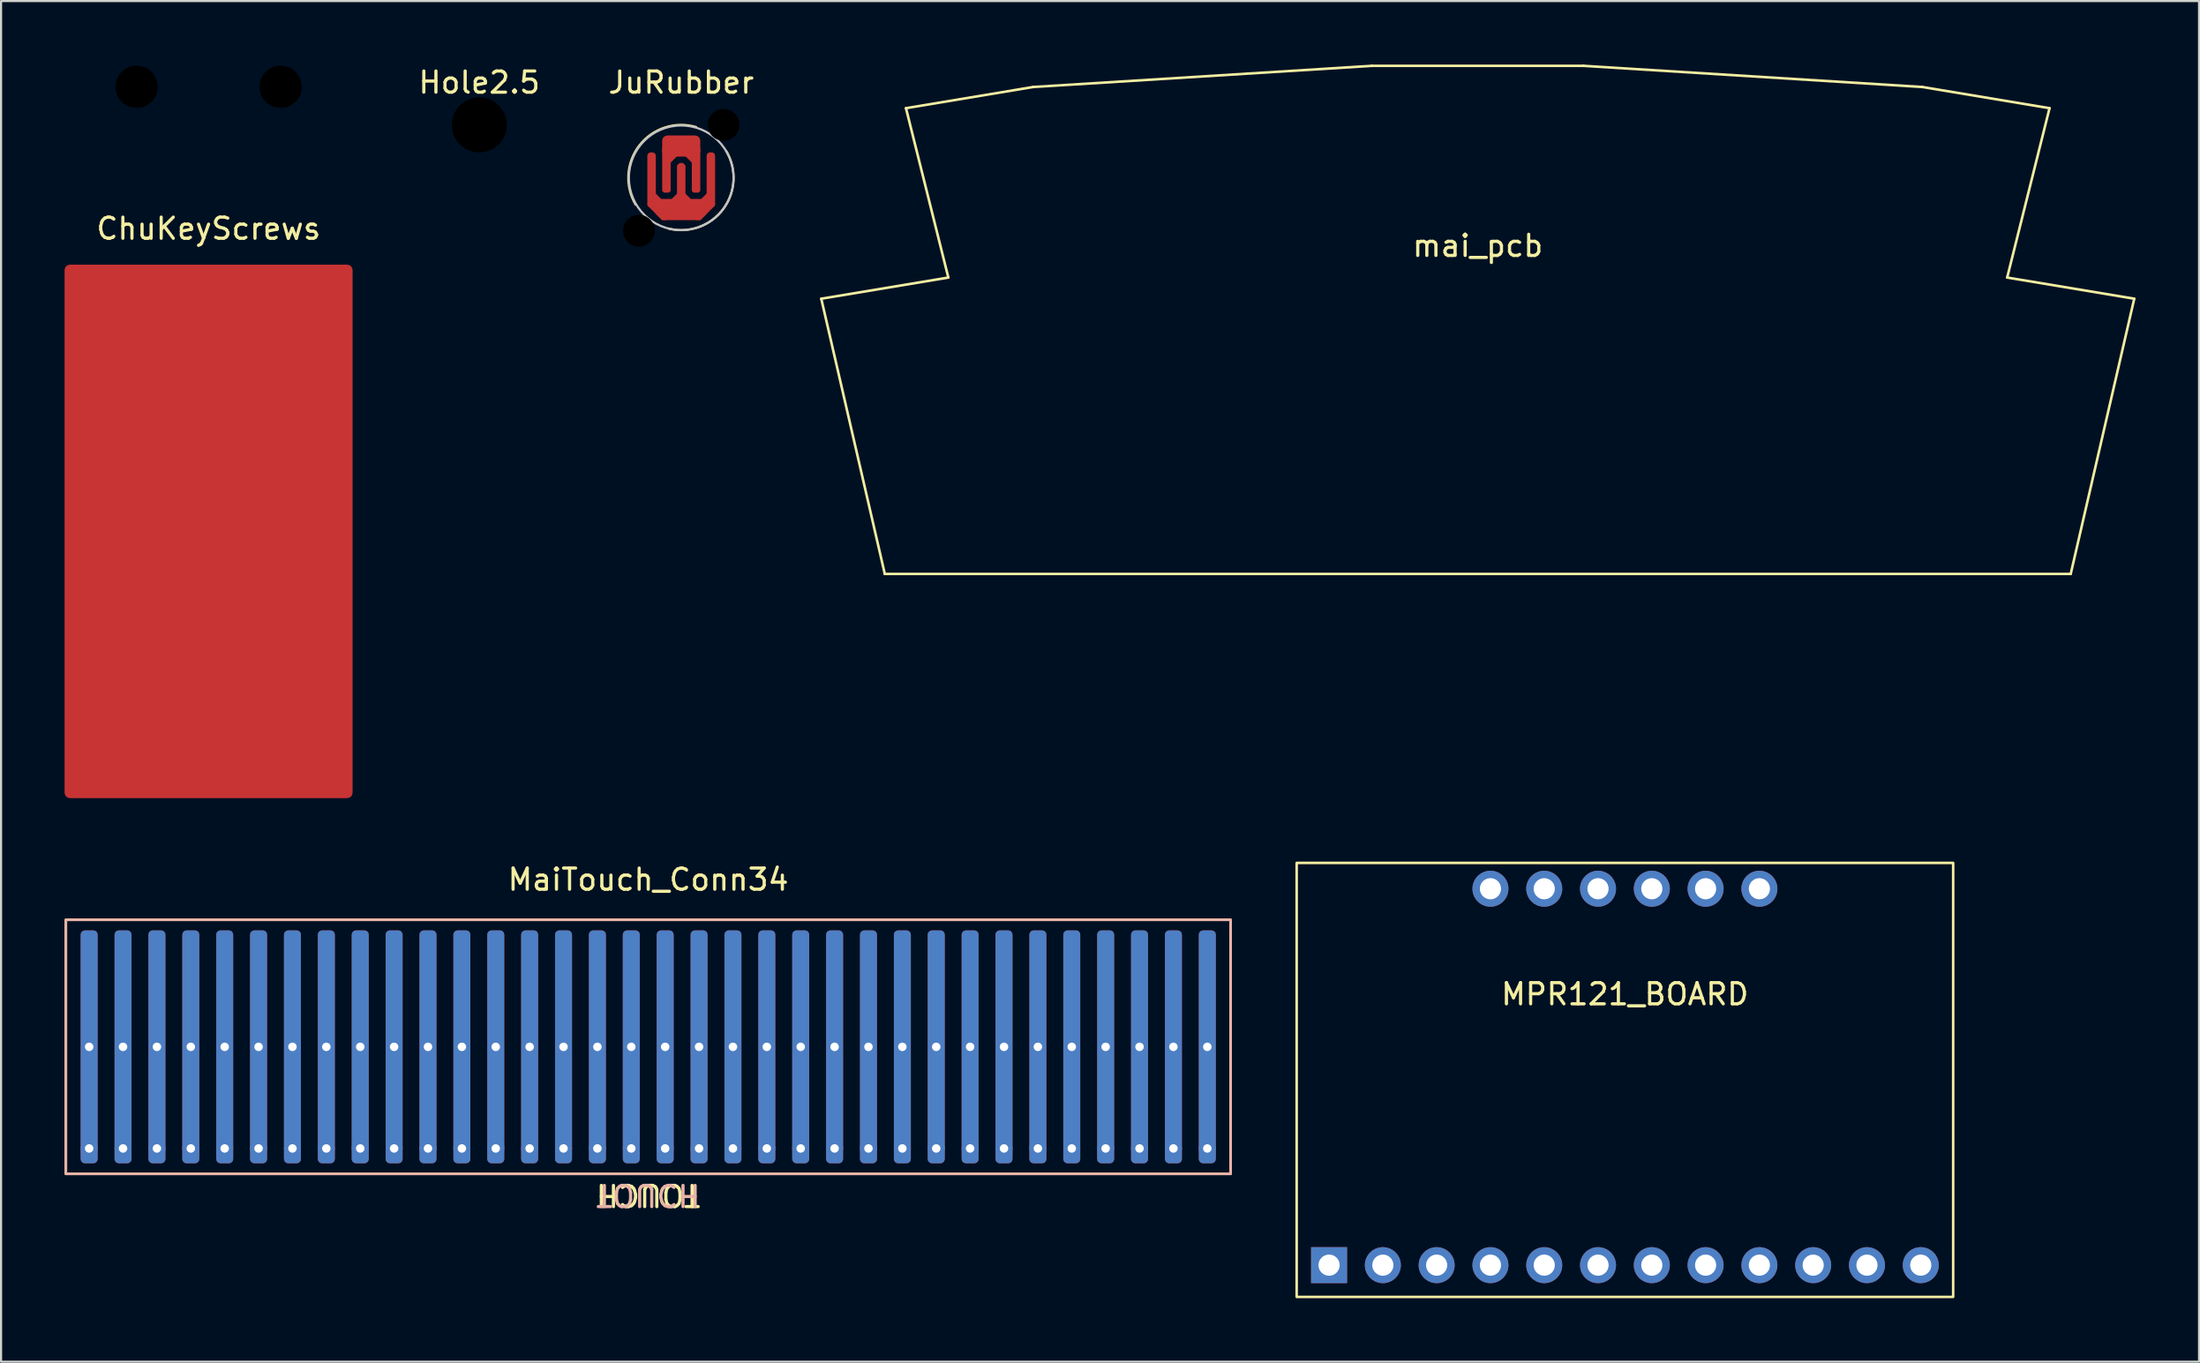
<source format=kicad_pcb>
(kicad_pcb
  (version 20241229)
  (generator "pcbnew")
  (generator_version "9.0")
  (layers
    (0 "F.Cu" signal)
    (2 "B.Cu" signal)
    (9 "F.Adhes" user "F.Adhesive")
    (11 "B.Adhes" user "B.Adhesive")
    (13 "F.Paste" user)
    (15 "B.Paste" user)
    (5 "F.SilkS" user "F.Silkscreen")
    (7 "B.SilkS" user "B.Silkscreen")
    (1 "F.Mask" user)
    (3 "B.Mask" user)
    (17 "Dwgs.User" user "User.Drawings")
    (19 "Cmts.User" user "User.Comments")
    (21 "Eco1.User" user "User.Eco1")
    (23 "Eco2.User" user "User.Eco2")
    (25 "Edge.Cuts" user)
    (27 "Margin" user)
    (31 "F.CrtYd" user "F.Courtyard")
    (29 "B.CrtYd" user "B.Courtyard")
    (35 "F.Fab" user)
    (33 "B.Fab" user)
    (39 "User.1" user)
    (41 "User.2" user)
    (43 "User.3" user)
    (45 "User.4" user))
  (footprint "MaiTouch_Conn34"
    (layer "F.Cu")
    (at 27.56 46.398)
    (property "Reference" "MaiTouch_Conn34" (at 0 -7.9 0) (unlocked yes) (layer "F.SilkS") (effects (font (size 1 1) (thickness 0.15))))
    (attr smd)
    (fp_rect (start -27.5 -6) (end 27.5 6) (stroke (width 0.12) (type solid)) (fill no) (layer "F.SilkS"))
    (fp_rect (start -27.5 -6) (end 27.5 6) (stroke (width 0.12) (type solid)) (fill no) (layer "B.SilkS"))
    (fp_text user "TOUCH" (at 0 7 180) (unlocked yes) (layer "F.SilkS") (effects (font (size 1 1) (thickness 0.15))))
    (fp_text user "TOUCH" (at 0 7 180) (unlocked yes) (layer "B.SilkS") (effects (font (size 1 1) (thickness 0.15)) (justify mirror)))
    (pad "1" thru_hole roundrect (at -26.4 0) (size 0.8 11) (drill 0.4) (layers "*.Cu" "*.Mask") (roundrect_rratio 0.25))
    (pad "1" thru_hole circle (at -26.4 4.8) (size 0.8 0.8) (drill 0.4) (layers "*.Cu" "*.Mask"))
    (pad "2" thru_hole roundrect (at -24.8 0) (size 0.8 11) (drill 0.4) (layers "*.Cu" "*.Mask") (roundrect_rratio 0.25))
    (pad "2" thru_hole circle (at -24.8 4.8) (size 0.8 0.8) (drill 0.4) (layers "*.Cu" "*.Mask"))
    (pad "3" thru_hole roundrect (at -23.2 0) (size 0.8 11) (drill 0.4) (layers "*.Cu" "*.Mask") (roundrect_rratio 0.25))
    (pad "3" thru_hole circle (at -23.2 4.8) (size 0.8 0.8) (drill 0.4) (layers "*.Cu" "*.Mask"))
    (pad "4" thru_hole roundrect (at -21.6 0) (size 0.8 11) (drill 0.4) (layers "*.Cu" "*.Mask") (roundrect_rratio 0.25))
    (pad "4" thru_hole circle (at -21.6 4.8) (size 0.8 0.8) (drill 0.4) (layers "*.Cu" "*.Mask"))
    (pad "5" thru_hole roundrect (at -20 0) (size 0.8 11) (drill 0.4) (layers "*.Cu" "*.Mask") (roundrect_rratio 0.25))
    (pad "5" thru_hole circle (at -20 4.8) (size 0.8 0.8) (drill 0.4) (layers "*.Cu" "*.Mask"))
    (pad "6" thru_hole roundrect (at -18.4 0) (size 0.8 11) (drill 0.4) (layers "*.Cu" "*.Mask") (roundrect_rratio 0.25))
    (pad "6" thru_hole circle (at -18.4 4.8) (size 0.8 0.8) (drill 0.4) (layers "*.Cu" "*.Mask"))
    (pad "7" thru_hole roundrect (at -16.8 0) (size 0.8 11) (drill 0.4) (layers "*.Cu" "*.Mask") (roundrect_rratio 0.25))
    (pad "7" thru_hole circle (at -16.8 4.8) (size 0.8 0.8) (drill 0.4) (layers "*.Cu" "*.Mask"))
    (pad "8" thru_hole roundrect (at -15.2 0) (size 0.8 11) (drill 0.4) (layers "*.Cu" "*.Mask") (roundrect_rratio 0.25))
    (pad "8" thru_hole circle (at -15.2 4.8) (size 0.8 0.8) (drill 0.4) (layers "*.Cu" "*.Mask"))
    (pad "9" thru_hole roundrect (at -13.6 0) (size 0.8 11) (drill 0.4) (layers "*.Cu" "*.Mask") (roundrect_rratio 0.25))
    (pad "9" thru_hole circle (at -13.6 4.8) (size 0.8 0.8) (drill 0.4) (layers "*.Cu" "*.Mask"))
    (pad "10" thru_hole roundrect (at -12 0) (size 0.8 11) (drill 0.4) (layers "*.Cu" "*.Mask") (roundrect_rratio 0.25))
    (pad "10" thru_hole circle (at -12 4.8) (size 0.8 0.8) (drill 0.4) (layers "*.Cu" "*.Mask"))
    (pad "11" thru_hole roundrect (at -10.4 0) (size 0.8 11) (drill 0.4) (layers "*.Cu" "*.Mask") (roundrect_rratio 0.25))
    (pad "11" thru_hole circle (at -10.4 4.8) (size 0.8 0.8) (drill 0.4) (layers "*.Cu" "*.Mask"))
    (pad "12" thru_hole roundrect (at -8.8 0) (size 0.8 11) (drill 0.4) (layers "*.Cu" "*.Mask") (roundrect_rratio 0.25))
    (pad "12" thru_hole circle (at -8.8 4.8) (size 0.8 0.8) (drill 0.4) (layers "*.Cu" "*.Mask"))
    (pad "13" thru_hole roundrect (at -7.2 0) (size 0.8 11) (drill 0.4) (layers "*.Cu" "*.Mask") (roundrect_rratio 0.25))
    (pad "13" thru_hole circle (at -7.2 4.8) (size 0.8 0.8) (drill 0.4) (layers "*.Cu" "*.Mask"))
    (pad "14" thru_hole roundrect (at -5.6 0) (size 0.8 11) (drill 0.4) (layers "*.Cu" "*.Mask") (roundrect_rratio 0.25))
    (pad "14" thru_hole circle (at -5.6 4.8) (size 0.8 0.8) (drill 0.4) (layers "*.Cu" "*.Mask"))
    (pad "15" thru_hole roundrect (at -4 0) (size 0.8 11) (drill 0.4) (layers "*.Cu" "*.Mask") (roundrect_rratio 0.25))
    (pad "15" thru_hole circle (at -4 4.8) (size 0.8 0.8) (drill 0.4) (layers "*.Cu" "*.Mask"))
    (pad "16" thru_hole roundrect (at -2.4 0) (size 0.8 11) (drill 0.4) (layers "*.Cu" "*.Mask") (roundrect_rratio 0.25))
    (pad "16" thru_hole circle (at -2.4 4.8) (size 0.8 0.8) (drill 0.4) (layers "*.Cu" "*.Mask"))
    (pad "17" thru_hole roundrect (at -0.8 0) (size 0.8 11) (drill 0.4) (layers "*.Cu" "*.Mask") (roundrect_rratio 0.25))
    (pad "17" thru_hole circle (at -0.8 4.8) (size 0.8 0.8) (drill 0.4) (layers "*.Cu" "*.Mask"))
    (pad "18" thru_hole roundrect (at 0.8 0) (size 0.8 11) (drill 0.4) (layers "*.Cu" "*.Mask") (roundrect_rratio 0.25))
    (pad "18" thru_hole circle (at 0.8 4.8) (size 0.8 0.8) (drill 0.4) (layers "*.Cu" "*.Mask"))
    (pad "19" thru_hole roundrect (at 2.4 0) (size 0.8 11) (drill 0.4) (layers "*.Cu" "*.Mask") (roundrect_rratio 0.25))
    (pad "19" thru_hole circle (at 2.4 4.8) (size 0.8 0.8) (drill 0.4) (layers "*.Cu" "*.Mask"))
    (pad "20" thru_hole roundrect (at 4 0) (size 0.8 11) (drill 0.4) (layers "*.Cu" "*.Mask") (roundrect_rratio 0.25))
    (pad "20" thru_hole circle (at 4 4.8) (size 0.8 0.8) (drill 0.4) (layers "*.Cu" "*.Mask"))
    (pad "21" thru_hole roundrect (at 5.6 0) (size 0.8 11) (drill 0.4) (layers "*.Cu" "*.Mask") (roundrect_rratio 0.25))
    (pad "21" thru_hole circle (at 5.6 4.8) (size 0.8 0.8) (drill 0.4) (layers "*.Cu" "*.Mask"))
    (pad "22" thru_hole roundrect (at 7.2 0) (size 0.8 11) (drill 0.4) (layers "*.Cu" "*.Mask") (roundrect_rratio 0.25))
    (pad "22" thru_hole circle (at 7.2 4.8) (size 0.8 0.8) (drill 0.4) (layers "*.Cu" "*.Mask"))
    (pad "23" thru_hole roundrect (at 8.8 0) (size 0.8 11) (drill 0.4) (layers "*.Cu" "*.Mask") (roundrect_rratio 0.25))
    (pad "23" thru_hole circle (at 8.8 4.8) (size 0.8 0.8) (drill 0.4) (layers "*.Cu" "*.Mask"))
    (pad "24" thru_hole roundrect (at 10.4 0) (size 0.8 11) (drill 0.4) (layers "*.Cu" "*.Mask") (roundrect_rratio 0.25))
    (pad "24" thru_hole circle (at 10.4 4.8) (size 0.8 0.8) (drill 0.4) (layers "*.Cu" "*.Mask"))
    (pad "25" thru_hole roundrect (at 12 0) (size 0.8 11) (drill 0.4) (layers "*.Cu" "*.Mask") (roundrect_rratio 0.25))
    (pad "25" thru_hole circle (at 12 4.8) (size 0.8 0.8) (drill 0.4) (layers "*.Cu" "*.Mask"))
    (pad "26" thru_hole roundrect (at 13.6 0) (size 0.8 11) (drill 0.4) (layers "*.Cu" "*.Mask") (roundrect_rratio 0.25))
    (pad "26" thru_hole circle (at 13.6 4.8) (size 0.8 0.8) (drill 0.4) (layers "*.Cu" "*.Mask"))
    (pad "27" thru_hole roundrect (at 15.2 0) (size 0.8 11) (drill 0.4) (layers "*.Cu" "*.Mask") (roundrect_rratio 0.25))
    (pad "27" thru_hole circle (at 15.2 4.8) (size 0.8 0.8) (drill 0.4) (layers "*.Cu" "*.Mask"))
    (pad "28" thru_hole roundrect (at 16.8 0) (size 0.8 11) (drill 0.4) (layers "*.Cu" "*.Mask") (roundrect_rratio 0.25))
    (pad "28" thru_hole circle (at 16.8 4.8) (size 0.8 0.8) (drill 0.4) (layers "*.Cu" "*.Mask"))
    (pad "29" thru_hole roundrect (at 18.4 0) (size 0.8 11) (drill 0.4) (layers "*.Cu" "*.Mask") (roundrect_rratio 0.25))
    (pad "29" thru_hole circle (at 18.4 4.8) (size 0.8 0.8) (drill 0.4) (layers "*.Cu" "*.Mask"))
    (pad "30" thru_hole roundrect (at 20 0) (size 0.8 11) (drill 0.4) (layers "*.Cu" "*.Mask") (roundrect_rratio 0.25))
    (pad "30" thru_hole circle (at 20 4.8) (size 0.8 0.8) (drill 0.4) (layers "*.Cu" "*.Mask"))
    (pad "31" thru_hole roundrect (at 21.6 0) (size 0.8 11) (drill 0.4) (layers "*.Cu" "*.Mask") (roundrect_rratio 0.25))
    (pad "31" thru_hole circle (at 21.6 4.8) (size 0.8 0.8) (drill 0.4) (layers "*.Cu" "*.Mask"))
    (pad "32" thru_hole roundrect (at 23.2 0) (size 0.8 11) (drill 0.4) (layers "*.Cu" "*.Mask") (roundrect_rratio 0.25))
    (pad "32" thru_hole circle (at 23.2 4.8) (size 0.8 0.8) (drill 0.4) (layers "*.Cu" "*.Mask"))
    (pad "33" thru_hole roundrect (at 24.8 0) (size 0.8 11) (drill 0.4) (layers "*.Cu" "*.Mask") (roundrect_rratio 0.25))
    (pad "33" thru_hole circle (at 24.8 4.8) (size 0.8 0.8) (drill 0.4) (layers "*.Cu" "*.Mask"))
    (pad "34" thru_hole roundrect (at 26.4 0) (size 0.8 11) (drill 0.4) (layers "*.Cu" "*.Mask") (roundrect_rratio 0.25))
    (pad "34" thru_hole circle (at 26.4 4.8) (size 0.8 0.8) (drill 0.4) (layers "*.Cu" "*.Mask")))
  (footprint "mai_pcb"
    (layer "F.Cu")
    (at 66.731 24.06)
    (property "Reference" "mai_pcb" (at 0 -15.5 0) (unlocked yes) (layer "F.SilkS") (effects (font (size 1 1) (thickness 0.15))))
    (attr smd)
    (fp_line (start -31 -13) (end -28 0) (stroke (width 0.12) (type solid)) (layer "F.SilkS"))
    (fp_line (start -28 0) (end 28 0) (stroke (width 0.12) (type solid)) (layer "F.SilkS"))
    (fp_line (start -27 -22) (end -25 -14) (stroke (width 0.12) (type solid)) (layer "F.SilkS"))
    (fp_line (start -25 -14) (end -31 -13) (stroke (width 0.12) (type solid)) (layer "F.SilkS"))
    (fp_line (start -21 -23) (end -27 -22) (stroke (width 0.12) (type solid)) (layer "F.SilkS"))
    (fp_line (start -5 -24) (end -21 -23) (stroke (width 0.12) (type solid)) (layer "F.SilkS"))
    (fp_line (start -5 -24) (end 5 -24) (stroke (width 0.12) (type solid)) (layer "F.SilkS"))
    (fp_line (start 5 -24) (end 21 -23) (stroke (width 0.12) (type solid)) (layer "F.SilkS"))
    (fp_line (start 21 -23) (end 27 -22) (stroke (width 0.12) (type solid)) (layer "F.SilkS"))
    (fp_line (start 25 -14) (end 31 -13) (stroke (width 0.12) (type solid)) (layer "F.SilkS"))
    (fp_line (start 27 -22) (end 25 -14) (stroke (width 0.12) (type solid)) (layer "F.SilkS"))
    (fp_line (start 31 -13) (end 28 0) (stroke (width 0.12) (type solid)) (layer "F.SilkS")))
  (footprint "Hole2.5"
    (layer "F.Cu")
    (at 19.582 2.848)
    (property "Reference" "Hole2.5" (at 0 -2 0) (unlocked yes) (layer "F.SilkS") (effects (font (size 1 1) (thickness 0.15))))
    (attr through_hole)
    (pad "" np_thru_hole circle (at 0 0) (size 2.6 2.6) (drill 2.6) (layers "*.Mask")))
  (footprint "JuRubber"
    (layer "F.Cu")
    (at 29.118 5.348)
    (property "Reference" "JuRubber" (at 0 -4.5 0) (layer "F.SilkS") (effects (font (size 1 1) (thickness 0.15))))
    (attr smd)
    (fp_circle (center 0 0) (end 1.6 0) (stroke (width 0.1) (type default)) (fill yes) (layer "F.Mask"))
    (fp_arc (start -2.152316 1.271823) (mid -1.974304 -1.533663) (end 0.7 -2.4) (stroke (width 0.1) (type default)) (layer "F.SilkS"))
    (fp_arc (start 2.129814 -1.258527) (mid 1.982747 1.479429) (end -0.6 2.4) (stroke (width 0.1) (type default)) (layer "F.SilkS"))
    (fp_circle (center 0 0) (end 2.47 0) (stroke (width 0.1) (type default)) (fill no) (layer "Dwgs.User"))
    (pad "" np_thru_hole circle (at -2 2.5) (size 1.5 1.5) (drill 1.6) (layers "*.Mask"))
    (pad "" np_thru_hole circle (at 2 -2.5) (size 1.5 1.5) (drill 1.6) (layers "*.Mask"))
    (pad "1" smd roundrect (at -0.7 -0.4 90) (size 2.2 0.4) (layers "F.Cu") (roundrect_rratio 0.417) (chamfer_ratio 0.2) (chamfer top_left bottom_left))
    (pad "1" smd roundrect (at -0.5 -1 45) (size 0.8 0.4) (layers "F.Cu") (roundrect_rratio 0) (chamfer_ratio 0.5) (chamfer top_left top_right))
    (pad "1" smd roundrect (at 0 -1.5 180) (size 1.8 1) (layers "F.Cu") (roundrect_rratio 0.25))
    (pad "1" smd roundrect (at 0.5 -1 315) (size 0.8 0.4) (layers "F.Cu") (roundrect_rratio 0) (chamfer_ratio 0.5) (chamfer top_left top_right))
    (pad "1" smd roundrect (at 0.7 -0.4 90) (size 2.2 0.4) (layers "F.Cu") (roundrect_rratio 0.417) (chamfer_ratio 0.2) (chamfer top_left bottom_left))
    (pad "2" smd roundrect (at -1.4 0.1 90) (size 2.6 0.4) (layers "F.Cu") (roundrect_rratio 0.4))
    (pad "2" smd roundrect (at -1.2 1.1 135) (size 0.9 0.5) (layers "F.Cu") (roundrect_rratio 0) (chamfer_ratio 0.5) (chamfer top_left top_right))
    (pad "2" smd roundrect (at -1.05 1.5 135) (size 1.2 0.5) (layers "F.Cu") (roundrect_rratio 0.25) (chamfer_ratio 0.3) (chamfer top_left))
    (pad "2" smd roundrect (at 0 0.15 90) (size 1.7 0.4) (layers "F.Cu") (roundrect_rratio 0.4) (chamfer_ratio 0.3) (chamfer top_right bottom_right))
    (pad "2" smd roundrect (at 0 1) (size 0.9 0.5) (layers "F.Cu") (roundrect_rratio 0) (chamfer_ratio 0.5) (chamfer top_left top_right))
    (pad "2" smd roundrect (at 0 1.5) (size 2.4 1) (layers "F.Cu") (roundrect_rratio 0) (chamfer_ratio 0.3) (chamfer bottom_left bottom_right))
    (pad "2" smd roundrect (at 1.05 1.5 45) (size 1.2 0.5) (layers "F.Cu") (roundrect_rratio 0.25) (chamfer_ratio 0.3) (chamfer bottom_left))
    (pad "2" smd roundrect (at 1.2 1.1 225) (size 0.9 0.5) (layers "F.Cu") (roundrect_rratio 0) (chamfer_ratio 0.5) (chamfer top_left top_right))
    (pad "2" smd roundrect (at 1.4 0.1 90) (size 2.6 0.4) (layers "F.Cu") (roundrect_rratio 0.4)))
  (footprint "ChuKeyScrews"
    (layer "F.Cu")
    (at 6.8 22.05)
    (property "Reference" "ChuKeyScrews" (at 0 -14.3 0) (unlocked yes) (layer "F.SilkS") (effects (font (size 1 1) (thickness 0.15))))
    (attr smd)
    (pad "" np_thru_hole oval (at -3.4 -21) (size 2 2) (drill 2.1) (layers "*.Mask"))
    (pad "" np_thru_hole oval (at 3.4 -21) (size 2 2) (drill 2.1) (layers "*.Mask"))
    (pad "1" smd roundrect (at 0 0) (size 13.6 25.2) (layers "F.Cu") (roundrect_rratio 0.019)))
  (footprint "MPR121_BOARD"
    (layer "F.Cu")
    (at 73.68 56.71)
    (property "Reference" "MPR121_BOARD" (at 0 -12.8 0) (layer "F.SilkS") (effects (font (size 1 1) (thickness 0.15))))
    (attr smd)
    (fp_rect (start -15.5 -19) (end 15.5 1.5) (stroke (width 0.12) (type solid)) (fill no) (layer "F.SilkS"))
    (pad "1" thru_hole oval (at 3.81 -17.78 90) (size 1.7 1.7) (drill 1) (layers "*.Cu" "*.Mask"))
    (pad "2" thru_hole oval (at 1.27 -17.78 90) (size 1.7 1.7) (drill 1) (layers "*.Cu" "*.Mask"))
    (pad "3" thru_hole oval (at -1.27 -17.78 90) (size 1.7 1.7) (drill 1) (layers "*.Cu" "*.Mask"))
    (pad "4" thru_hole oval (at -3.81 -17.78 90) (size 1.7 1.7) (drill 1) (layers "*.Cu" "*.Mask"))
    (pad "6" thru_hole oval (at -6.35 -17.78 90) (size 1.7 1.7) (drill 1) (layers "*.Cu" "*.Mask"))
    (pad "8" thru_hole rect (at -13.97 0 90) (size 1.7 1.7) (drill 1) (layers "*.Cu" "*.Mask"))
    (pad "9" thru_hole oval (at -11.43 0 90) (size 1.7 1.7) (drill 1) (layers "*.Cu" "*.Mask"))
    (pad "10" thru_hole oval (at -8.89 0 90) (size 1.7 1.7) (drill 1) (layers "*.Cu" "*.Mask"))
    (pad "11" thru_hole oval (at -6.35 0 90) (size 1.7 1.7) (drill 1) (layers "*.Cu" "*.Mask"))
    (pad "12" thru_hole oval (at -3.81 0 90) (size 1.7 1.7) (drill 1) (layers "*.Cu" "*.Mask"))
    (pad "13" thru_hole oval (at -1.27 0 90) (size 1.7 1.7) (drill 1) (layers "*.Cu" "*.Mask"))
    (pad "14" thru_hole oval (at 1.27 0 90) (size 1.7 1.7) (drill 1) (layers "*.Cu" "*.Mask"))
    (pad "15" thru_hole oval (at 3.81 0 90) (size 1.7 1.7) (drill 1) (layers "*.Cu" "*.Mask"))
    (pad "16" thru_hole oval (at 6.35 0 90) (size 1.7 1.7) (drill 1) (layers "*.Cu" "*.Mask"))
    (pad "17" thru_hole oval (at 8.89 0 90) (size 1.7 1.7) (drill 1) (layers "*.Cu" "*.Mask"))
    (pad "18" thru_hole oval (at 11.43 0 90) (size 1.7 1.7) (drill 1) (layers "*.Cu" "*.Mask"))
    (pad "19" thru_hole oval (at 13.97 0 90) (size 1.7 1.7) (drill 1) (layers "*.Cu" "*.Mask"))
    (pad "20" thru_hole oval (at 6.35 -17.78 90) (size 1.7 1.7) (drill 1) (layers "*.Cu" "*.Mask")))
  (gr_rect
    (start -3 -3)
    (end 100.791 61.27)
    (stroke (width 0.1) (type default))
    (fill no)
    (layer "Edge.Cuts")))
</source>
